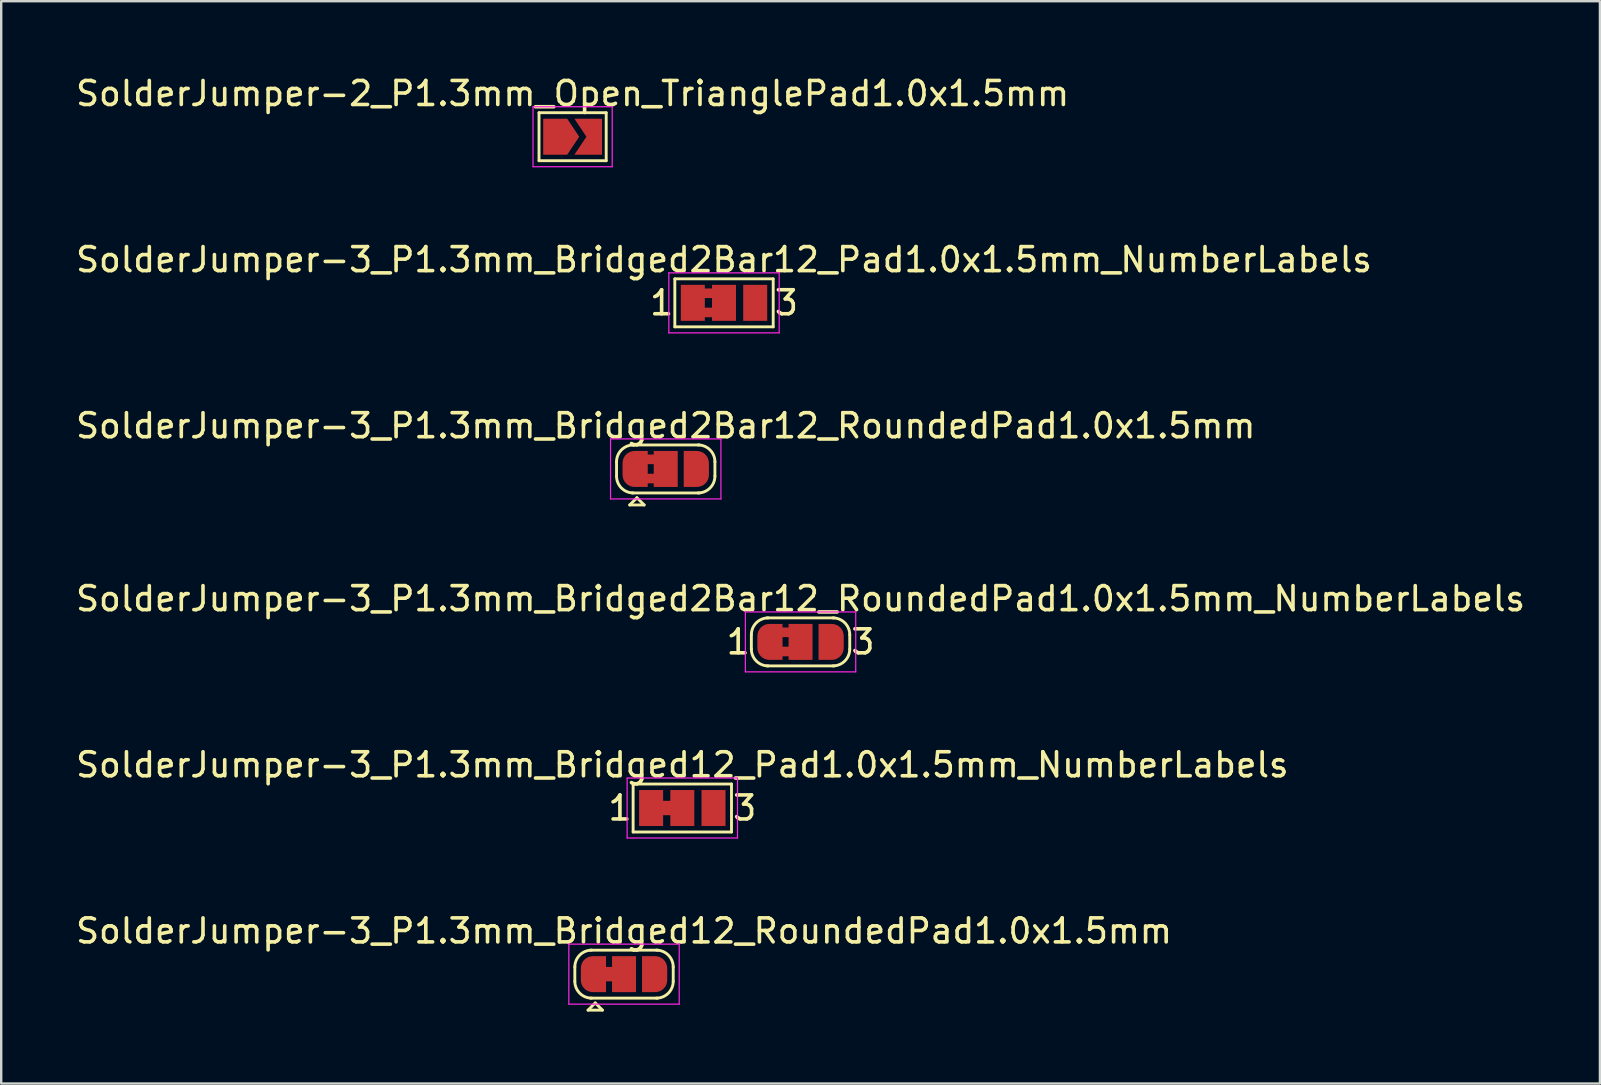
<source format=kicad_pcb>
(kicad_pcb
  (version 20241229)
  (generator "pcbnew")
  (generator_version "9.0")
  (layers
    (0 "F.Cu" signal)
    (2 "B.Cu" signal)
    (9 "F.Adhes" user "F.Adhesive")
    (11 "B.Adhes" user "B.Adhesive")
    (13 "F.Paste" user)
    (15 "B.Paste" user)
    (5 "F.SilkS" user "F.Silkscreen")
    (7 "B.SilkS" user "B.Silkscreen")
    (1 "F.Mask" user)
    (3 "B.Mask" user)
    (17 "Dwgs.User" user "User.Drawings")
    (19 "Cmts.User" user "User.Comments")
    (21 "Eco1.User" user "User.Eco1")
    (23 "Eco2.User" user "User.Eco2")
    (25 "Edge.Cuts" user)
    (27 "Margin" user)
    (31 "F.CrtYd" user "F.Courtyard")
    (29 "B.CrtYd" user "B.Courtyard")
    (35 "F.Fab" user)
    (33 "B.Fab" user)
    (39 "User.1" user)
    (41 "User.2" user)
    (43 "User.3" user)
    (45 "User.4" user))
  (footprint "SolderJumper-3_P1.3mm_Bridged2Bar12_RoundedPad1.0x1.5mm"
    (layer "F.Cu")
    (at 24.696 16.495)
    (property "Reference" "SolderJumper-3_P1.3mm_Bridged2Bar12_RoundedPad1.0x1.5mm" (at 0 -1.8 0) (layer "F.SilkS") (effects (font (size 1 1) (thickness 0.15))))
    (attr exclude_from_pos_files exclude_from_bom)
    (fp_poly (pts (xy -0.9 -0.6) (xy -0.4 -0.6) (xy -0.4 -0.2) (xy -0.9 -0.2)) (stroke (width 0) (type solid)) (fill yes) (layer "F.Cu"))
    (fp_poly (pts (xy -0.9 0.2) (xy -0.4 0.2) (xy -0.4 0.6) (xy -0.9 0.6)) (stroke (width 0) (type solid)) (fill yes) (layer "F.Cu"))
    (fp_line (start -2.05 0.3) (end -2.05 -0.3) (stroke (width 0.12) (type solid)) (layer "F.SilkS"))
    (fp_line (start -1.5 1.5) (end -0.9 1.5) (stroke (width 0.12) (type solid)) (layer "F.SilkS"))
    (fp_line (start -1.4 -1) (end 1.4 -1) (stroke (width 0.12) (type solid)) (layer "F.SilkS"))
    (fp_line (start -1.2 1.2) (end -1.5 1.5) (stroke (width 0.12) (type solid)) (layer "F.SilkS"))
    (fp_line (start -1.2 1.2) (end -0.9 1.5) (stroke (width 0.12) (type solid)) (layer "F.SilkS"))
    (fp_line (start 1.4 1) (end -1.4 1) (stroke (width 0.12) (type solid)) (layer "F.SilkS"))
    (fp_line (start 2.05 -0.3) (end 2.05 0.3) (stroke (width 0.12) (type solid)) (layer "F.SilkS"))
    (fp_arc (start -2.05 -0.3) (mid -1.844975 -0.794975) (end -1.35 -1) (stroke (width 0.12) (type solid)) (layer "F.SilkS"))
    (fp_arc (start -1.35 1) (mid -1.844975 0.794975) (end -2.05 0.3) (stroke (width 0.12) (type solid)) (layer "F.SilkS"))
    (fp_arc (start 1.35 -1) (mid 1.844975 -0.794975) (end 2.05 -0.3) (stroke (width 0.12) (type solid)) (layer "F.SilkS"))
    (fp_arc (start 2.05 0.3) (mid 1.844975 0.794975) (end 1.35 1) (stroke (width 0.12) (type solid)) (layer "F.SilkS"))
    (fp_line (start -2.3 -1.25) (end -2.3 1.25) (stroke (width 0.05) (type solid)) (layer "F.CrtYd"))
    (fp_line (start -2.3 -1.25) (end 2.3 -1.25) (stroke (width 0.05) (type solid)) (layer "F.CrtYd"))
    (fp_line (start 2.3 1.25) (end -2.3 1.25) (stroke (width 0.05) (type solid)) (layer "F.CrtYd"))
    (fp_line (start 2.3 1.25) (end 2.3 -1.25) (stroke (width 0.05) (type solid)) (layer "F.CrtYd"))
    (pad "1" smd custom (at -1.3 0) (size 1 0.5) (layers "F.Cu" "F.Mask") (options (anchor rect)) (primitives (gr_circle (center 0 0.25) (end 0.5 0.25) (width 0) (fill yes)) (gr_circle (center 0 -0.25) (end 0.5 -0.25) (width 0) (fill yes)) (gr_poly (pts (xy 0.55 -0.75) (xy 0 -0.75) (xy 0 0.75) (xy 0.55 0.75)) (width 0) (fill yes))))
    (pad "2" smd rect (at 0 0) (size 1 1.5) (layers "F.Cu" "F.Mask"))
    (pad "3" smd custom (at 1.3 0) (size 1 0.5) (layers "F.Cu" "F.Mask") (options (anchor rect)) (primitives (gr_circle (center 0 0.25) (end 0.5 0.25) (width 0) (fill yes)) (gr_circle (center 0 -0.25) (end 0.5 -0.25) (width 0) (fill yes)) (gr_poly (pts (xy -0.55 -0.75) (xy 0 -0.75) (xy 0 0.75) (xy -0.55 0.75)) (width 0) (fill yes)))))
  (footprint "SolderJumper-2_P1.3mm_Open_TrianglePad1.0x1.5mm"
    (layer "F.Cu")
    (at 20.815 2.648)
    (property "Reference" "SolderJumper-2_P1.3mm_Open_TrianglePad1.0x1.5mm" (at 0 -1.8 0) (layer "F.SilkS") (effects (font (size 1 1) (thickness 0.15))))
    (attr exclude_from_pos_files exclude_from_bom)
    (fp_line (start -1.4 -1) (end 1.4 -1) (stroke (width 0.12) (type solid)) (layer "F.SilkS"))
    (fp_line (start -1.4 1) (end -1.4 -1) (stroke (width 0.12) (type solid)) (layer "F.SilkS"))
    (fp_line (start 1.4 -1) (end 1.4 1) (stroke (width 0.12) (type solid)) (layer "F.SilkS"))
    (fp_line (start 1.4 1) (end -1.4 1) (stroke (width 0.12) (type solid)) (layer "F.SilkS"))
    (fp_line (start -1.65 -1.25) (end -1.65 1.25) (stroke (width 0.05) (type solid)) (layer "F.CrtYd"))
    (fp_line (start -1.65 -1.25) (end 1.65 -1.25) (stroke (width 0.05) (type solid)) (layer "F.CrtYd"))
    (fp_line (start 1.65 1.25) (end -1.65 1.25) (stroke (width 0.05) (type solid)) (layer "F.CrtYd"))
    (fp_line (start 1.65 1.25) (end 1.65 -1.25) (stroke (width 0.05) (type solid)) (layer "F.CrtYd"))
    (pad "1" smd custom (at -0.725 0) (size 0.3 0.3) (layers "F.Cu" "F.Mask") (options (anchor rect)) (primitives (gr_poly (pts (xy -0.5 -0.75) (xy 0.5 -0.75) (xy 1 0) (xy 0.5 0.75) (xy -0.5 0.75)) (width 0) (fill yes))))
    (pad "2" smd custom (at 0.725 0) (size 0.3 0.3) (layers "F.Cu" "F.Mask") (options (anchor rect)) (primitives (gr_poly (pts (xy -0.65 -0.75) (xy 0.5 -0.75) (xy 0.5 0.75) (xy -0.65 0.75) (xy -0.15 0)) (width 0) (fill yes)))))
  (footprint "SolderJumper-3_P1.3mm_Bridged12_RoundedPad1.0x1.5mm"
    (layer "F.Cu")
    (at 22.958 37.55)
    (property "Reference" "SolderJumper-3_P1.3mm_Bridged12_RoundedPad1.0x1.5mm" (at 0 -1.8 0) (layer "F.SilkS") (effects (font (size 1 1) (thickness 0.15))))
    (attr exclude_from_pos_files exclude_from_bom)
    (fp_poly (pts (xy -0.9 -0.3) (xy -0.4 -0.3) (xy -0.4 0.3) (xy -0.9 0.3)) (stroke (width 0) (type solid)) (fill yes) (layer "F.Cu"))
    (fp_line (start -2.05 0.3) (end -2.05 -0.3) (stroke (width 0.12) (type solid)) (layer "F.SilkS"))
    (fp_line (start -1.5 1.5) (end -0.9 1.5) (stroke (width 0.12) (type solid)) (layer "F.SilkS"))
    (fp_line (start -1.4 -1) (end 1.4 -1) (stroke (width 0.12) (type solid)) (layer "F.SilkS"))
    (fp_line (start -1.2 1.2) (end -1.5 1.5) (stroke (width 0.12) (type solid)) (layer "F.SilkS"))
    (fp_line (start -1.2 1.2) (end -0.9 1.5) (stroke (width 0.12) (type solid)) (layer "F.SilkS"))
    (fp_line (start 1.4 1) (end -1.4 1) (stroke (width 0.12) (type solid)) (layer "F.SilkS"))
    (fp_line (start 2.05 -0.3) (end 2.05 0.3) (stroke (width 0.12) (type solid)) (layer "F.SilkS"))
    (fp_arc (start -2.05 -0.3) (mid -1.844975 -0.794975) (end -1.35 -1) (stroke (width 0.12) (type solid)) (layer "F.SilkS"))
    (fp_arc (start -1.35 1) (mid -1.844975 0.794975) (end -2.05 0.3) (stroke (width 0.12) (type solid)) (layer "F.SilkS"))
    (fp_arc (start 1.35 -1) (mid 1.844975 -0.794975) (end 2.05 -0.3) (stroke (width 0.12) (type solid)) (layer "F.SilkS"))
    (fp_arc (start 2.05 0.3) (mid 1.844975 0.794975) (end 1.35 1) (stroke (width 0.12) (type solid)) (layer "F.SilkS"))
    (fp_line (start -2.3 -1.25) (end -2.3 1.25) (stroke (width 0.05) (type solid)) (layer "F.CrtYd"))
    (fp_line (start -2.3 -1.25) (end 2.3 -1.25) (stroke (width 0.05) (type solid)) (layer "F.CrtYd"))
    (fp_line (start 2.3 1.25) (end -2.3 1.25) (stroke (width 0.05) (type solid)) (layer "F.CrtYd"))
    (fp_line (start 2.3 1.25) (end 2.3 -1.25) (stroke (width 0.05) (type solid)) (layer "F.CrtYd"))
    (pad "1" smd custom (at -1.3 0) (size 1 0.5) (layers "F.Cu" "F.Mask") (options (anchor rect)) (primitives (gr_circle (center 0 0.25) (end 0.5 0.25) (width 0) (fill yes)) (gr_circle (center 0 -0.25) (end 0.5 -0.25) (width 0) (fill yes)) (gr_poly (pts (xy 0.55 -0.75) (xy 0 -0.75) (xy 0 0.75) (xy 0.55 0.75)) (width 0) (fill yes))))
    (pad "2" smd rect (at 0 0) (size 1 1.5) (layers "F.Cu" "F.Mask"))
    (pad "3" smd custom (at 1.3 0) (size 1 0.5) (layers "F.Cu" "F.Mask") (options (anchor rect)) (primitives (gr_circle (center 0 0.25) (end 0.5 0.25) (width 0) (fill yes)) (gr_circle (center 0 -0.25) (end 0.5 -0.25) (width 0) (fill yes)) (gr_poly (pts (xy -0.55 -0.75) (xy 0 -0.75) (xy 0 0.75) (xy -0.55 0.75)) (width 0) (fill yes)))))
  (footprint "SolderJumper-3_P1.3mm_Bridged2Bar12_RoundedPad1.0x1.5mm_NumberLabels"
    (layer "F.Cu")
    (at 30.315 23.703)
    (property "Reference" "SolderJumper-3_P1.3mm_Bridged2Bar12_RoundedPad1.0x1.5mm_NumberLabels" (at 0 -1.8 0) (layer "F.SilkS") (effects (font (size 1 1) (thickness 0.15))))
    (attr exclude_from_pos_files exclude_from_bom)
    (fp_poly (pts (xy -0.9 -0.6) (xy -0.4 -0.6) (xy -0.4 -0.2) (xy -0.9 -0.2)) (stroke (width 0) (type solid)) (fill yes) (layer "F.Cu"))
    (fp_poly (pts (xy -0.9 0.2) (xy -0.4 0.2) (xy -0.4 0.6) (xy -0.9 0.6)) (stroke (width 0) (type solid)) (fill yes) (layer "F.Cu"))
    (fp_line (start -2.05 0.3) (end -2.05 -0.3) (stroke (width 0.12) (type solid)) (layer "F.SilkS"))
    (fp_line (start -1.4 -1) (end 1.4 -1) (stroke (width 0.12) (type solid)) (layer "F.SilkS"))
    (fp_line (start 1.4 1) (end -1.4 1) (stroke (width 0.12) (type solid)) (layer "F.SilkS"))
    (fp_line (start 2.05 -0.3) (end 2.05 0.3) (stroke (width 0.12) (type solid)) (layer "F.SilkS"))
    (fp_arc (start -2.05 -0.3) (mid -1.844975 -0.794975) (end -1.35 -1) (stroke (width 0.12) (type solid)) (layer "F.SilkS"))
    (fp_arc (start -1.35 1) (mid -1.844975 0.794975) (end -2.05 0.3) (stroke (width 0.12) (type solid)) (layer "F.SilkS"))
    (fp_arc (start 1.35 -1) (mid 1.844975 -0.794975) (end 2.05 -0.3) (stroke (width 0.12) (type solid)) (layer "F.SilkS"))
    (fp_arc (start 2.05 0.3) (mid 1.844975 0.794975) (end 1.35 1) (stroke (width 0.12) (type solid)) (layer "F.SilkS"))
    (fp_line (start -2.3 -1.25) (end -2.3 1.25) (stroke (width 0.05) (type solid)) (layer "F.CrtYd"))
    (fp_line (start -2.3 -1.25) (end 2.3 -1.25) (stroke (width 0.05) (type solid)) (layer "F.CrtYd"))
    (fp_line (start 2.3 1.25) (end -2.3 1.25) (stroke (width 0.05) (type solid)) (layer "F.CrtYd"))
    (fp_line (start 2.3 1.25) (end 2.3 -1.25) (stroke (width 0.05) (type solid)) (layer "F.CrtYd"))
    (fp_text user "3" (at 2.6 0 0) (layer "F.SilkS") (effects (font (size 1 1) (thickness 0.15))))
    (fp_text user "1" (at -2.6 0 0) (layer "F.SilkS") (effects (font (size 1 1) (thickness 0.15))))
    (pad "1" smd custom (at -1.3 0) (size 1 0.5) (layers "F.Cu" "F.Mask") (options (anchor rect)) (primitives (gr_circle (center 0 0.25) (end 0.5 0.25) (width 0) (fill yes)) (gr_circle (center 0 -0.25) (end 0.5 -0.25) (width 0) (fill yes)) (gr_poly (pts (xy 0.55 -0.75) (xy 0 -0.75) (xy 0 0.75) (xy 0.55 0.75)) (width 0) (fill yes))))
    (pad "2" smd rect (at 0 0) (size 1 1.5) (layers "F.Cu" "F.Mask"))
    (pad "3" smd custom (at 1.3 0) (size 1 0.5) (layers "F.Cu" "F.Mask") (options (anchor rect)) (primitives (gr_circle (center 0 0.25) (end 0.5 0.25) (width 0) (fill yes)) (gr_circle (center 0 -0.25) (end 0.5 -0.25) (width 0) (fill yes)) (gr_poly (pts (xy -0.55 -0.75) (xy 0 -0.75) (xy 0 0.75) (xy -0.55 0.75)) (width 0) (fill yes)))))
  (footprint "SolderJumper-3_P1.3mm_Bridged2Bar12_Pad1.0x1.5mm_NumberLabels"
    (layer "F.Cu")
    (at 27.125 9.572)
    (property "Reference" "SolderJumper-3_P1.3mm_Bridged2Bar12_Pad1.0x1.5mm_NumberLabels" (at 0 -1.8 0) (layer "F.SilkS") (effects (font (size 1 1) (thickness 0.15))))
    (attr exclude_from_pos_files exclude_from_bom)
    (fp_poly (pts (xy -0.9 -0.6) (xy -0.4 -0.6) (xy -0.4 -0.2) (xy -0.9 -0.2)) (stroke (width 0) (type solid)) (fill yes) (layer "F.Cu"))
    (fp_poly (pts (xy -0.9 0.2) (xy -0.4 0.2) (xy -0.4 0.6) (xy -0.9 0.6)) (stroke (width 0) (type solid)) (fill yes) (layer "F.Cu"))
    (fp_line (start -2.05 -1) (end 2.05 -1) (stroke (width 0.12) (type solid)) (layer "F.SilkS"))
    (fp_line (start -2.05 1) (end -2.05 -1) (stroke (width 0.12) (type solid)) (layer "F.SilkS"))
    (fp_line (start 2.05 -1) (end 2.05 1) (stroke (width 0.12) (type solid)) (layer "F.SilkS"))
    (fp_line (start 2.05 1) (end -2.05 1) (stroke (width 0.12) (type solid)) (layer "F.SilkS"))
    (fp_line (start -2.3 -1.25) (end -2.3 1.25) (stroke (width 0.05) (type solid)) (layer "F.CrtYd"))
    (fp_line (start -2.3 -1.25) (end 2.3 -1.25) (stroke (width 0.05) (type solid)) (layer "F.CrtYd"))
    (fp_line (start 2.3 1.25) (end -2.3 1.25) (stroke (width 0.05) (type solid)) (layer "F.CrtYd"))
    (fp_line (start 2.3 1.25) (end 2.3 -1.25) (stroke (width 0.05) (type solid)) (layer "F.CrtYd"))
    (fp_text user "1" (at -2.6 0 0) (layer "F.SilkS") (effects (font (size 1 1) (thickness 0.15))))
    (fp_text user "3" (at 2.6 0 0) (layer "F.SilkS") (effects (font (size 1 1) (thickness 0.15))))
    (pad "1" smd rect (at -1.3 0) (size 1 1.5) (layers "F.Cu" "F.Mask"))
    (pad "2" smd rect (at 0 0) (size 1 1.5) (layers "F.Cu" "F.Mask"))
    (pad "3" smd rect (at 1.3 0) (size 1 1.5) (layers "F.Cu" "F.Mask")))
  (footprint "SolderJumper-3_P1.3mm_Bridged12_Pad1.0x1.5mm_NumberLabels"
    (layer "F.Cu")
    (at 25.387 30.626)
    (property "Reference" "SolderJumper-3_P1.3mm_Bridged12_Pad1.0x1.5mm_NumberLabels" (at 0 -1.8 0) (layer "F.SilkS") (effects (font (size 1 1) (thickness 0.15))))
    (attr exclude_from_pos_files exclude_from_bom)
    (fp_poly (pts (xy -0.9 -0.3) (xy -0.4 -0.3) (xy -0.4 0.3) (xy -0.9 0.3)) (stroke (width 0) (type solid)) (fill yes) (layer "F.Cu"))
    (fp_line (start -2.05 -1) (end 2.05 -1) (stroke (width 0.12) (type solid)) (layer "F.SilkS"))
    (fp_line (start -2.05 1) (end -2.05 -1) (stroke (width 0.12) (type solid)) (layer "F.SilkS"))
    (fp_line (start 2.05 -1) (end 2.05 1) (stroke (width 0.12) (type solid)) (layer "F.SilkS"))
    (fp_line (start 2.05 1) (end -2.05 1) (stroke (width 0.12) (type solid)) (layer "F.SilkS"))
    (fp_line (start -2.3 -1.25) (end -2.3 1.25) (stroke (width 0.05) (type solid)) (layer "F.CrtYd"))
    (fp_line (start -2.3 -1.25) (end 2.3 -1.25) (stroke (width 0.05) (type solid)) (layer "F.CrtYd"))
    (fp_line (start 2.3 1.25) (end -2.3 1.25) (stroke (width 0.05) (type solid)) (layer "F.CrtYd"))
    (fp_line (start 2.3 1.25) (end 2.3 -1.25) (stroke (width 0.05) (type solid)) (layer "F.CrtYd"))
    (fp_text user "3" (at 2.6 0 0) (layer "F.SilkS") (effects (font (size 1 1) (thickness 0.15))))
    (fp_text user "1" (at -2.6 0 0) (layer "F.SilkS") (effects (font (size 1 1) (thickness 0.15))))
    (pad "1" smd rect (at -1.3 0) (size 1 1.5) (layers "F.Cu" "F.Mask"))
    (pad "2" smd rect (at 0 0) (size 1 1.5) (layers "F.Cu" "F.Mask"))
    (pad "3" smd rect (at 1.3 0) (size 1 1.5) (layers "F.Cu" "F.Mask")))
  (gr_rect
    (start -3 -3)
    (end 63.631 42.109)
    (stroke (width 0.1) (type default))
    (fill no)
    (layer "Edge.Cuts")))
</source>
